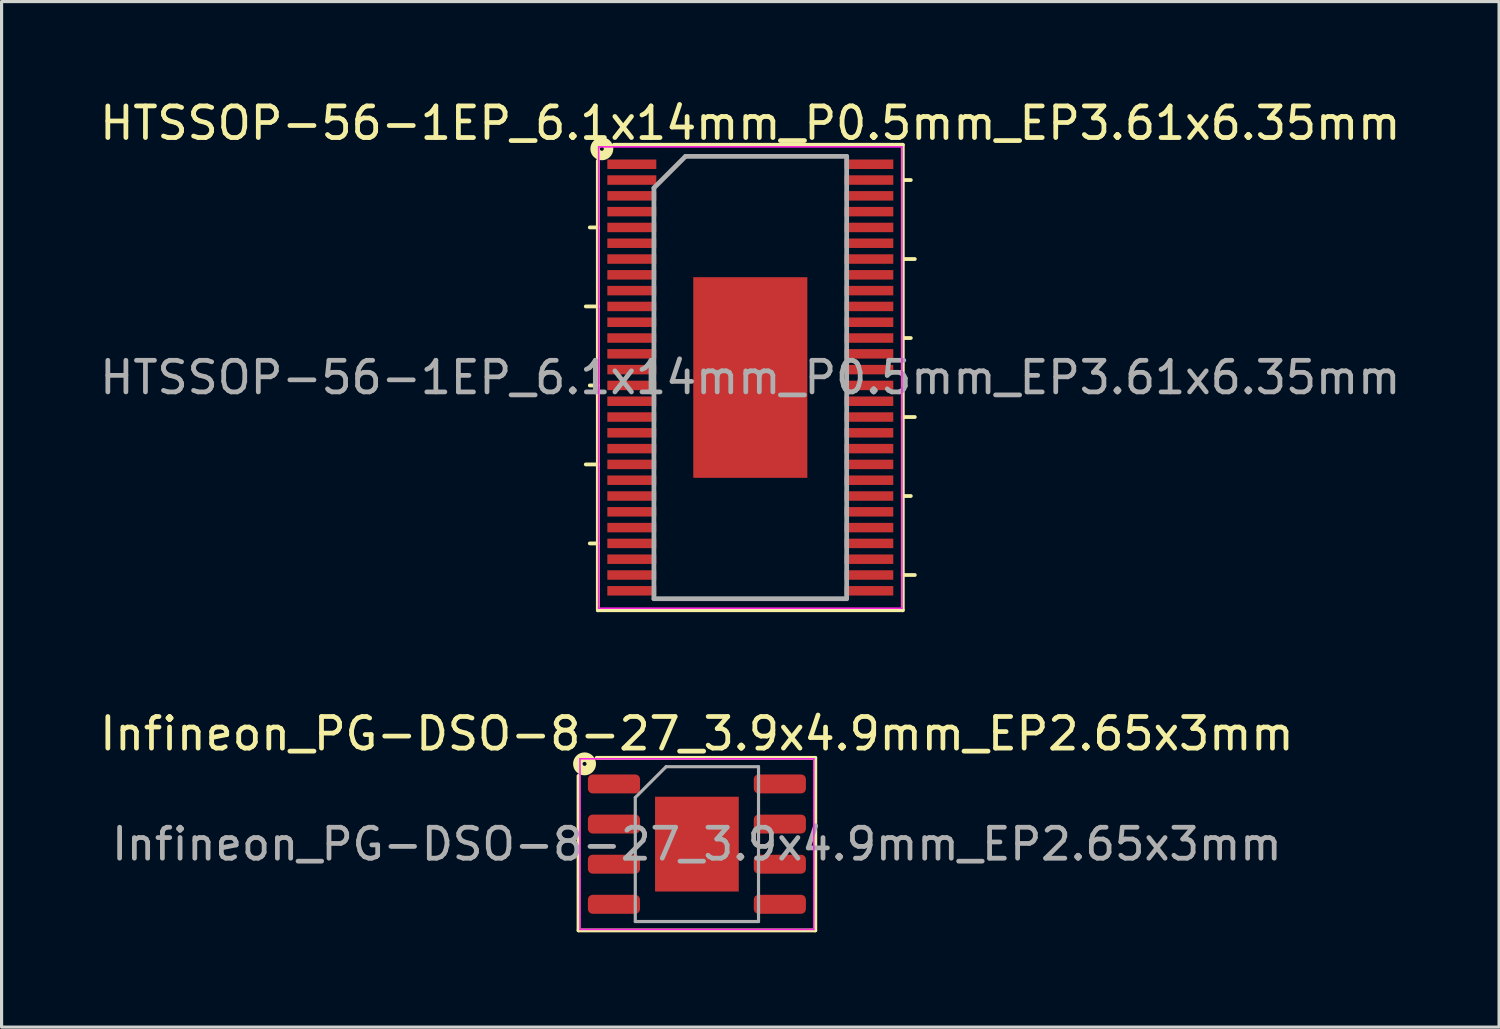
<source format=kicad_pcb>
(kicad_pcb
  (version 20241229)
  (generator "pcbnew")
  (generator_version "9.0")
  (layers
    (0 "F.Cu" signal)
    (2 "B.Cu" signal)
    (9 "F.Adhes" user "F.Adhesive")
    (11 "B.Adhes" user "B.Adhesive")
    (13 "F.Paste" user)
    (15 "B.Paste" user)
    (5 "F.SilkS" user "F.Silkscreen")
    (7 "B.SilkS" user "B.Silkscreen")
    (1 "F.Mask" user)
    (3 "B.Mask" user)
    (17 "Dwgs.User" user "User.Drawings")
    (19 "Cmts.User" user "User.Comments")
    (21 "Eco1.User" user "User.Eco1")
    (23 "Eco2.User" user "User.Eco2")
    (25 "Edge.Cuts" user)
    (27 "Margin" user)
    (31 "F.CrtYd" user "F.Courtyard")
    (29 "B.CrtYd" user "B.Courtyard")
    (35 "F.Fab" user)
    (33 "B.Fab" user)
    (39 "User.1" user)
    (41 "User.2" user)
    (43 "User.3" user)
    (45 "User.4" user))
  (footprint "Infineon_PG-DSO-8-27_3.9x4.9mm_EP2.65x3mm"
    (layer "F.Cu")
    (at 19.006 23.665)
    (property "Reference" "Infineon_PG-DSO-8-27_3.9x4.9mm_EP2.65x3mm" (at 0 -3.493 0) (layer "F.SilkS") (effects (font (size 1 1) (thickness 0.15))))
    (attr smd)
    (fp_line (start -3.747 2.731) (end -3.747 -2.159) (stroke (width 0.12) (type solid)) (layer "F.SilkS"))
    (fp_line (start -3.175 -2.731) (end 3.747 -2.731) (stroke (width 0.12) (type solid)) (layer "F.SilkS"))
    (fp_line (start 3.747 -2.731) (end 3.747 2.731) (stroke (width 0.12) (type solid)) (layer "F.SilkS"))
    (fp_line (start 3.747 2.731) (end -3.747 2.731) (stroke (width 0.12) (type solid)) (layer "F.SilkS"))
    (fp_circle (center -3.556 -2.54) (end -3.493 -2.54) (stroke (width 0.3) (type solid)) (fill no) (layer "F.SilkS"))
    (fp_line (start -3.7 -2.7) (end -3.7 2.7) (stroke (width 0.05) (type solid)) (layer "F.CrtYd"))
    (fp_line (start -3.7 2.7) (end 3.7 2.7) (stroke (width 0.05) (type solid)) (layer "F.CrtYd"))
    (fp_line (start 3.7 -2.7) (end -3.7 -2.7) (stroke (width 0.05) (type solid)) (layer "F.CrtYd"))
    (fp_line (start 3.7 2.7) (end 3.7 -2.7) (stroke (width 0.05) (type solid)) (layer "F.CrtYd"))
    (fp_line (start -1.95 -1.475) (end -0.975 -2.45) (stroke (width 0.1) (type solid)) (layer "F.Fab"))
    (fp_line (start -1.95 2.45) (end -1.95 -1.475) (stroke (width 0.1) (type solid)) (layer "F.Fab"))
    (fp_line (start -0.975 -2.45) (end 1.95 -2.45) (stroke (width 0.1) (type solid)) (layer "F.Fab"))
    (fp_line (start 1.95 -2.45) (end 1.95 2.45) (stroke (width 0.1) (type solid)) (layer "F.Fab"))
    (fp_line (start 1.95 2.45) (end -1.95 2.45) (stroke (width 0.1) (type solid)) (layer "F.Fab"))
    (fp_text user "${REFERENCE}" (at 0 0 0) (layer "F.Fab") (effects (font (size 0.98 0.98) (thickness 0.15))))
    (pad "" smd roundrect (at -0.66 -0.75) (size 1.07 1.21) (layers "F.Paste") (roundrect_rratio 0.234))
    (pad "" smd roundrect (at -0.66 0.75) (size 1.07 1.21) (layers "F.Paste") (roundrect_rratio 0.234))
    (pad "" smd roundrect (at 0.66 -0.75) (size 1.07 1.21) (layers "F.Paste") (roundrect_rratio 0.234))
    (pad "" smd roundrect (at 0.66 0.75) (size 1.07 1.21) (layers "F.Paste") (roundrect_rratio 0.234))
    (pad "1" smd roundrect (at -2.625 -1.905) (size 1.65 0.6) (layers "F.Cu" "F.Mask" "F.Paste") (roundrect_rratio 0.25))
    (pad "2" smd roundrect (at -2.625 -0.635) (size 1.65 0.6) (layers "F.Cu" "F.Mask" "F.Paste") (roundrect_rratio 0.25))
    (pad "3" smd roundrect (at -2.625 0.635) (size 1.65 0.6) (layers "F.Cu" "F.Mask" "F.Paste") (roundrect_rratio 0.25))
    (pad "4" smd roundrect (at -2.625 1.905) (size 1.65 0.6) (layers "F.Cu" "F.Mask" "F.Paste") (roundrect_rratio 0.25))
    (pad "5" smd roundrect (at 2.625 1.905) (size 1.65 0.6) (layers "F.Cu" "F.Mask" "F.Paste") (roundrect_rratio 0.25))
    (pad "6" smd roundrect (at 2.625 0.635) (size 1.65 0.6) (layers "F.Cu" "F.Mask" "F.Paste") (roundrect_rratio 0.25))
    (pad "7" smd roundrect (at 2.625 -0.635) (size 1.65 0.6) (layers "F.Cu" "F.Mask" "F.Paste") (roundrect_rratio 0.25))
    (pad "8" smd roundrect (at 2.625 -1.905) (size 1.65 0.6) (layers "F.Cu" "F.Mask" "F.Paste") (roundrect_rratio 0.25))
    (pad "9" smd rect (at 0 0) (size 2.65 3) (layers "F.Cu" "F.Mask")))
  (footprint "HTSSOP-56-1EP_6.1x14mm_P0.5mm_EP3.61x6.35mm"
    (layer "F.Cu")
    (at 20.696 8.898)
    (property "Reference" "HTSSOP-56-1EP_6.1x14mm_P0.5mm_EP3.61x6.35mm" (at 0 -8.05 0) (layer "F.SilkS") (effects (font (size 1 1) (thickness 0.15))))
    (attr smd)
    (fp_line (start -5.207 -2.25) (end -4.826 -2.25) (stroke (width 0.12) (type solid)) (layer "F.SilkS"))
    (fp_line (start -5.207 2.75) (end -4.826 2.75) (stroke (width 0.12) (type solid)) (layer "F.SilkS"))
    (fp_line (start -5.08 -4.75) (end -4.826 -4.75) (stroke (width 0.12) (type solid)) (layer "F.SilkS"))
    (fp_line (start -5.08 0.25) (end -4.826 0.25) (stroke (width 0.12) (type solid)) (layer "F.SilkS"))
    (fp_line (start -5.08 5.25) (end -4.826 5.25) (stroke (width 0.12) (type solid)) (layer "F.SilkS"))
    (fp_line (start -4.826 7.366) (end -4.826 -6.858) (stroke (width 0.12) (type solid)) (layer "F.SilkS"))
    (fp_line (start -4.318 -7.366) (end 4.826 -7.366) (stroke (width 0.12) (type solid)) (layer "F.SilkS"))
    (fp_line (start 4.826 -7.366) (end 4.826 7.366) (stroke (width 0.12) (type solid)) (layer "F.SilkS"))
    (fp_line (start 4.826 -6.25) (end 5.08 -6.25) (stroke (width 0.12) (type solid)) (layer "F.SilkS"))
    (fp_line (start 4.826 -3.75) (end 5.207 -3.75) (stroke (width 0.12) (type solid)) (layer "F.SilkS"))
    (fp_line (start 4.826 -1.25) (end 5.08 -1.25) (stroke (width 0.12) (type solid)) (layer "F.SilkS"))
    (fp_line (start 4.826 1.25) (end 5.207 1.25) (stroke (width 0.12) (type solid)) (layer "F.SilkS"))
    (fp_line (start 4.826 3.75) (end 5.08 3.75) (stroke (width 0.12) (type solid)) (layer "F.SilkS"))
    (fp_line (start 4.826 6.25) (end 5.207 6.25) (stroke (width 0.12) (type solid)) (layer "F.SilkS"))
    (fp_line (start 4.826 7.366) (end -4.826 7.366) (stroke (width 0.12) (type solid)) (layer "F.SilkS"))
    (fp_circle (center -4.699 -7.239) (end -4.636 -7.239) (stroke (width 0.3) (type solid)) (fill no) (layer "F.SilkS"))
    (fp_line (start -4.8 -7.3) (end -4.8 7.3) (stroke (width 0.05) (type solid)) (layer "F.CrtYd"))
    (fp_line (start -4.8 -7.3) (end 4.8 -7.3) (stroke (width 0.05) (type solid)) (layer "F.CrtYd"))
    (fp_line (start -4.8 7.3) (end 4.8 7.3) (stroke (width 0.05) (type solid)) (layer "F.CrtYd"))
    (fp_line (start 4.8 -7.3) (end 4.8 7.3) (stroke (width 0.05) (type solid)) (layer "F.CrtYd"))
    (fp_line (start -3.05 -6) (end -2.05 -7) (stroke (width 0.15) (type solid)) (layer "F.Fab"))
    (fp_line (start -3.05 7) (end -3.05 -6) (stroke (width 0.15) (type solid)) (layer "F.Fab"))
    (fp_line (start -2.05 -7) (end 3.05 -7) (stroke (width 0.15) (type solid)) (layer "F.Fab"))
    (fp_line (start 3.05 -7) (end 3.05 7) (stroke (width 0.15) (type solid)) (layer "F.Fab"))
    (fp_line (start 3.05 7) (end -3.05 7) (stroke (width 0.15) (type solid)) (layer "F.Fab"))
    (fp_text user "${REFERENCE}" (at 0 0 0) (layer "F.Fab") (effects (font (size 1 1) (thickness 0.15))))
    (pad "" smd rect (at -1.203 -2.54) (size 0.96 1.03) (layers "F.Paste"))
    (pad "" smd rect (at -1.203 -1.27) (size 0.96 1.03) (layers "F.Paste"))
    (pad "" smd rect (at -1.203 0) (size 0.96 1.03) (layers "F.Paste"))
    (pad "" smd rect (at -1.203 1.27) (size 0.96 1.03) (layers "F.Paste"))
    (pad "" smd rect (at -1.203 2.54) (size 0.96 1.03) (layers "F.Paste"))
    (pad "" smd rect (at 0 -2.54) (size 0.96 1.03) (layers "F.Paste"))
    (pad "" smd rect (at 0 -1.27) (size 0.96 1.03) (layers "F.Paste"))
    (pad "" smd rect (at 0 0) (size 0.96 1.03) (layers "F.Paste"))
    (pad "" smd rect (at 0 1.27) (size 0.96 1.03) (layers "F.Paste"))
    (pad "" smd rect (at 0 2.54) (size 0.96 1.03) (layers "F.Paste"))
    (pad "" smd rect (at 1.203 -2.54) (size 0.96 1.03) (layers "F.Paste"))
    (pad "" smd rect (at 1.203 -1.27) (size 0.96 1.03) (layers "F.Paste"))
    (pad "" smd rect (at 1.203 0) (size 0.96 1.03) (layers "F.Paste"))
    (pad "" smd rect (at 1.203 1.27) (size 0.96 1.03) (layers "F.Paste"))
    (pad "" smd rect (at 1.203 2.54) (size 0.96 1.03) (layers "F.Paste"))
    (pad "1" smd rect (at -3.75 -6.75) (size 1.55 0.3) (layers "F.Cu" "F.Mask" "F.Paste"))
    (pad "2" smd rect (at -3.75 -6.25) (size 1.55 0.3) (layers "F.Cu" "F.Mask" "F.Paste"))
    (pad "3" smd rect (at -3.75 -5.75) (size 1.55 0.3) (layers "F.Cu" "F.Mask" "F.Paste"))
    (pad "4" smd rect (at -3.75 -5.25) (size 1.55 0.3) (layers "F.Cu" "F.Mask" "F.Paste"))
    (pad "5" smd rect (at -3.75 -4.75) (size 1.55 0.3) (layers "F.Cu" "F.Mask" "F.Paste"))
    (pad "6" smd rect (at -3.75 -4.25) (size 1.55 0.3) (layers "F.Cu" "F.Mask" "F.Paste"))
    (pad "7" smd rect (at -3.75 -3.75) (size 1.55 0.3) (layers "F.Cu" "F.Mask" "F.Paste"))
    (pad "8" smd rect (at -3.75 -3.25) (size 1.55 0.3) (layers "F.Cu" "F.Mask" "F.Paste"))
    (pad "9" smd rect (at -3.75 -2.75) (size 1.55 0.3) (layers "F.Cu" "F.Mask" "F.Paste"))
    (pad "10" smd rect (at -3.75 -2.25) (size 1.55 0.3) (layers "F.Cu" "F.Mask" "F.Paste"))
    (pad "11" smd rect (at -3.75 -1.75) (size 1.55 0.3) (layers "F.Cu" "F.Mask" "F.Paste"))
    (pad "12" smd rect (at -3.75 -1.25) (size 1.55 0.3) (layers "F.Cu" "F.Mask" "F.Paste"))
    (pad "13" smd rect (at -3.75 -0.75) (size 1.55 0.3) (layers "F.Cu" "F.Mask" "F.Paste"))
    (pad "14" smd rect (at -3.75 -0.25) (size 1.55 0.3) (layers "F.Cu" "F.Mask" "F.Paste"))
    (pad "15" smd rect (at -3.75 0.25) (size 1.55 0.3) (layers "F.Cu" "F.Mask" "F.Paste"))
    (pad "16" smd rect (at -3.75 0.75) (size 1.55 0.3) (layers "F.Cu" "F.Mask" "F.Paste"))
    (pad "17" smd rect (at -3.75 1.25) (size 1.55 0.3) (layers "F.Cu" "F.Mask" "F.Paste"))
    (pad "18" smd rect (at -3.75 1.75) (size 1.55 0.3) (layers "F.Cu" "F.Mask" "F.Paste"))
    (pad "19" smd rect (at -3.75 2.25) (size 1.55 0.3) (layers "F.Cu" "F.Mask" "F.Paste"))
    (pad "20" smd rect (at -3.75 2.75) (size 1.55 0.3) (layers "F.Cu" "F.Mask" "F.Paste"))
    (pad "21" smd rect (at -3.75 3.25) (size 1.55 0.3) (layers "F.Cu" "F.Mask" "F.Paste"))
    (pad "22" smd rect (at -3.75 3.75) (size 1.55 0.3) (layers "F.Cu" "F.Mask" "F.Paste"))
    (pad "23" smd rect (at -3.75 4.25) (size 1.55 0.3) (layers "F.Cu" "F.Mask" "F.Paste"))
    (pad "24" smd rect (at -3.75 4.75) (size 1.55 0.3) (layers "F.Cu" "F.Mask" "F.Paste"))
    (pad "25" smd rect (at -3.75 5.25) (size 1.55 0.3) (layers "F.Cu" "F.Mask" "F.Paste"))
    (pad "26" smd rect (at -3.75 5.75) (size 1.55 0.3) (layers "F.Cu" "F.Mask" "F.Paste"))
    (pad "27" smd rect (at -3.75 6.25) (size 1.55 0.3) (layers "F.Cu" "F.Mask" "F.Paste"))
    (pad "28" smd rect (at -3.75 6.75) (size 1.55 0.3) (layers "F.Cu" "F.Mask" "F.Paste"))
    (pad "29" smd rect (at 3.75 6.75) (size 1.55 0.3) (layers "F.Cu" "F.Mask" "F.Paste"))
    (pad "30" smd rect (at 3.75 6.25) (size 1.55 0.3) (layers "F.Cu" "F.Mask" "F.Paste"))
    (pad "31" smd rect (at 3.75 5.75) (size 1.55 0.3) (layers "F.Cu" "F.Mask" "F.Paste"))
    (pad "32" smd rect (at 3.75 5.25) (size 1.55 0.3) (layers "F.Cu" "F.Mask" "F.Paste"))
    (pad "33" smd rect (at 3.75 4.75) (size 1.55 0.3) (layers "F.Cu" "F.Mask" "F.Paste"))
    (pad "34" smd rect (at 3.75 4.25) (size 1.55 0.3) (layers "F.Cu" "F.Mask" "F.Paste"))
    (pad "35" smd rect (at 3.75 3.75) (size 1.55 0.3) (layers "F.Cu" "F.Mask" "F.Paste"))
    (pad "36" smd rect (at 3.75 3.25) (size 1.55 0.3) (layers "F.Cu" "F.Mask" "F.Paste"))
    (pad "37" smd rect (at 3.75 2.75) (size 1.55 0.3) (layers "F.Cu" "F.Mask" "F.Paste"))
    (pad "38" smd rect (at 3.75 2.25) (size 1.55 0.3) (layers "F.Cu" "F.Mask" "F.Paste"))
    (pad "39" smd rect (at 3.75 1.75) (size 1.55 0.3) (layers "F.Cu" "F.Mask" "F.Paste"))
    (pad "40" smd rect (at 3.75 1.25) (size 1.55 0.3) (layers "F.Cu" "F.Mask" "F.Paste"))
    (pad "41" smd rect (at 3.75 0.75) (size 1.55 0.3) (layers "F.Cu" "F.Mask" "F.Paste"))
    (pad "42" smd rect (at 3.75 0.25) (size 1.55 0.3) (layers "F.Cu" "F.Mask" "F.Paste"))
    (pad "43" smd rect (at 3.75 -0.25) (size 1.55 0.3) (layers "F.Cu" "F.Mask" "F.Paste"))
    (pad "44" smd rect (at 3.75 -0.75) (size 1.55 0.3) (layers "F.Cu" "F.Mask" "F.Paste"))
    (pad "45" smd rect (at 3.75 -1.25) (size 1.55 0.3) (layers "F.Cu" "F.Mask" "F.Paste"))
    (pad "46" smd rect (at 3.75 -1.75) (size 1.55 0.3) (layers "F.Cu" "F.Mask" "F.Paste"))
    (pad "47" smd rect (at 3.75 -2.25) (size 1.55 0.3) (layers "F.Cu" "F.Mask" "F.Paste"))
    (pad "48" smd rect (at 3.75 -2.75) (size 1.55 0.3) (layers "F.Cu" "F.Mask" "F.Paste"))
    (pad "49" smd rect (at 3.75 -3.25) (size 1.55 0.3) (layers "F.Cu" "F.Mask" "F.Paste"))
    (pad "50" smd rect (at 3.75 -3.75) (size 1.55 0.3) (layers "F.Cu" "F.Mask" "F.Paste"))
    (pad "51" smd rect (at 3.75 -4.25) (size 1.55 0.3) (layers "F.Cu" "F.Mask" "F.Paste"))
    (pad "52" smd rect (at 3.75 -4.75) (size 1.55 0.3) (layers "F.Cu" "F.Mask" "F.Paste"))
    (pad "53" smd rect (at 3.75 -5.25) (size 1.55 0.3) (layers "F.Cu" "F.Mask" "F.Paste"))
    (pad "54" smd rect (at 3.75 -5.75) (size 1.55 0.3) (layers "F.Cu" "F.Mask" "F.Paste"))
    (pad "55" smd rect (at 3.75 -6.25) (size 1.55 0.3) (layers "F.Cu" "F.Mask" "F.Paste"))
    (pad "56" smd rect (at 3.75 -6.75) (size 1.55 0.3) (layers "F.Cu" "F.Mask" "F.Paste"))
    (pad "57" smd rect (at 0 0) (size 3.61 6.35) (layers "F.Cu" "F.Mask")))
  (gr_rect
    (start -3 -3)
    (end 44.393 29.456)
    (stroke (width 0.1) (type default))
    (fill no)
    (layer "Edge.Cuts")))
</source>
